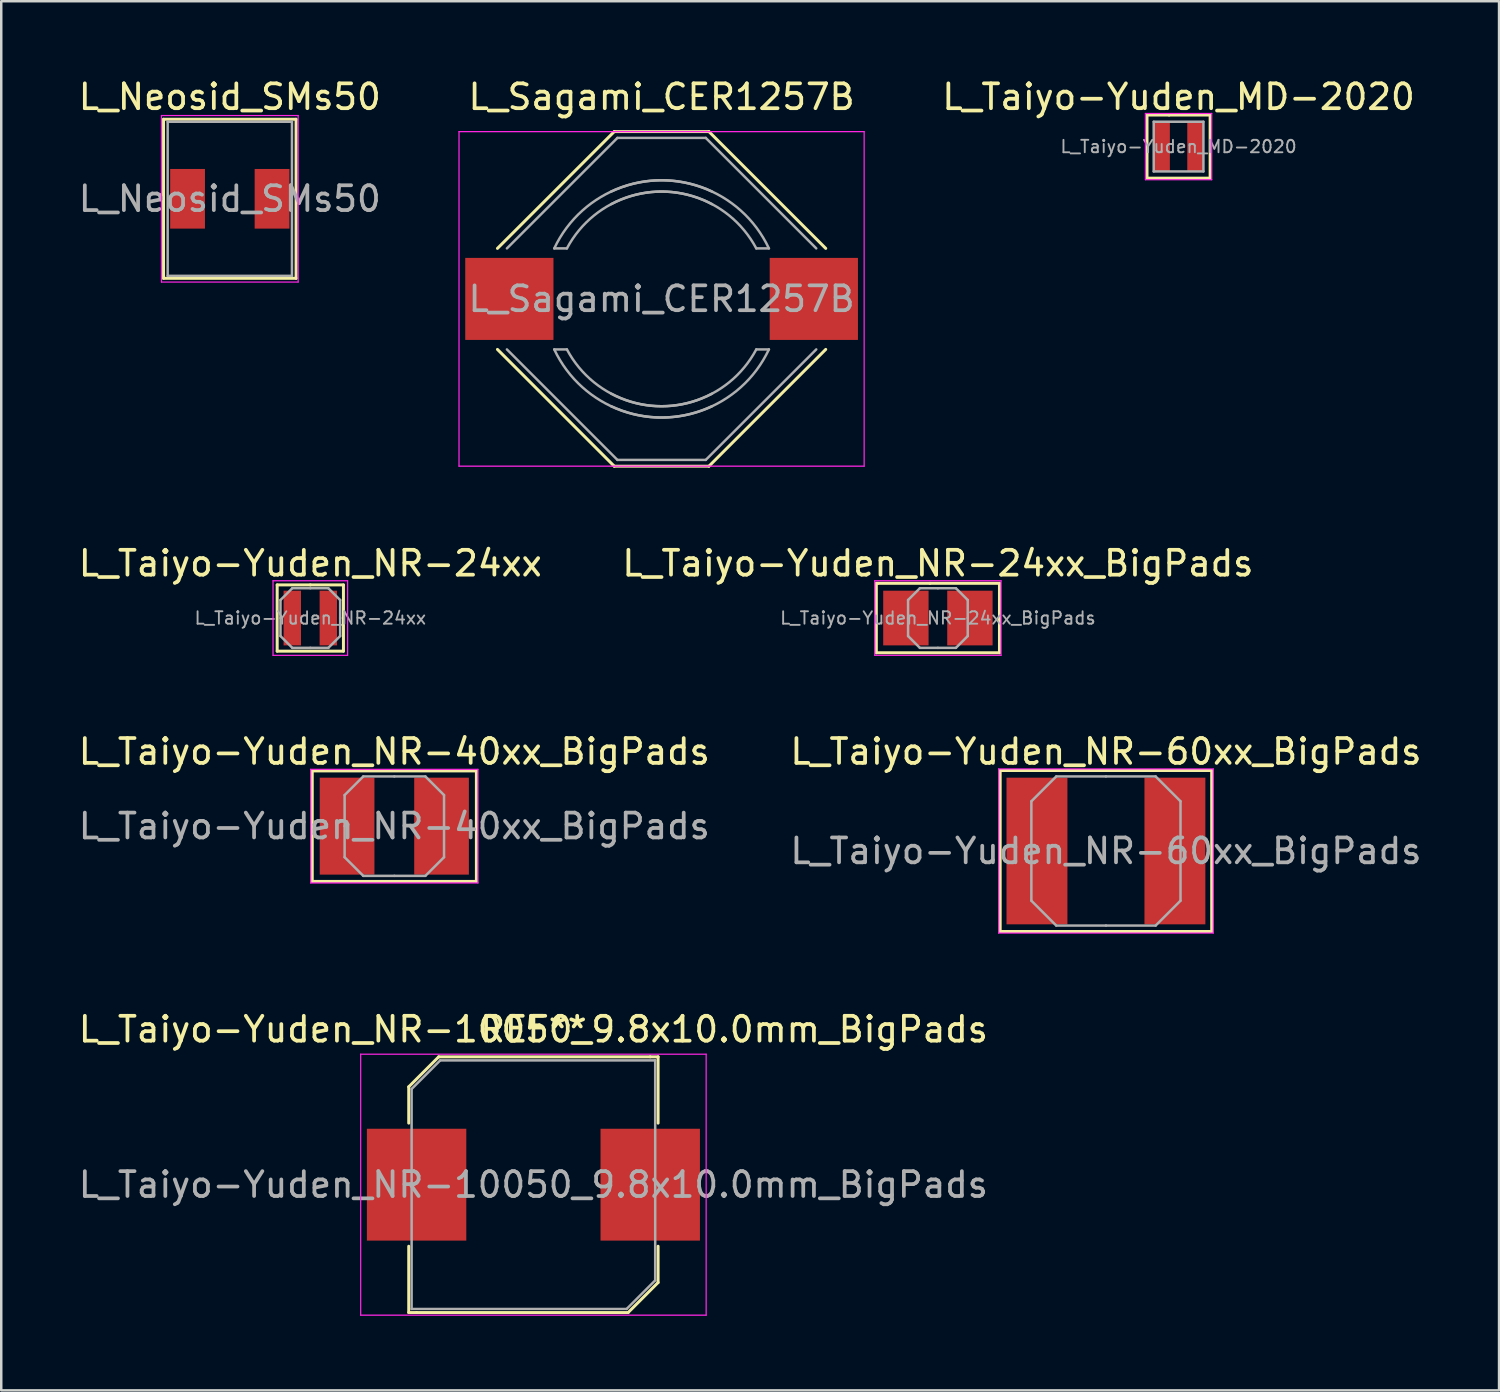
<source format=kicad_pcb>
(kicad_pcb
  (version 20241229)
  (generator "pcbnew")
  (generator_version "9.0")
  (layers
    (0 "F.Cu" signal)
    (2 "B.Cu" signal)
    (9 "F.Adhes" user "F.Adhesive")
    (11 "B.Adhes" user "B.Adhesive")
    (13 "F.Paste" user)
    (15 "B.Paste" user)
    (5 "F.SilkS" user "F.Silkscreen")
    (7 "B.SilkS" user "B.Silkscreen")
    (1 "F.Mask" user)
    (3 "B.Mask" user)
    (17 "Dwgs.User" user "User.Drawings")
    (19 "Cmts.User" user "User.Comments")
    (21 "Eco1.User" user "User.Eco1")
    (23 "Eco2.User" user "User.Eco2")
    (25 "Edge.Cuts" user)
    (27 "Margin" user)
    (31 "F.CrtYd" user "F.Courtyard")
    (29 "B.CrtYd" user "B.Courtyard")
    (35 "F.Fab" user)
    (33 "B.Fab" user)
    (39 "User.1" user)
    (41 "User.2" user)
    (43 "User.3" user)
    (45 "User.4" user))
  (footprint "L_Taiyo-Yuden_NR-40xx_BigPads"
    (layer "F.Cu")
    (at 12.815 30.189)
    (property "Reference" "L_Taiyo-Yuden_NR-40xx_BigPads" (at 0 -3 0) (layer "F.SilkS") (effects (font (size 1 1) (thickness 0.15))))
    (attr smd)
    (fp_line (start -3.302 -2.223) (end 3.302 -2.223) (stroke (width 0.12) (type solid)) (layer "F.SilkS"))
    (fp_line (start -3.302 2.223) (end -3.302 -2.223) (stroke (width 0.12) (type solid)) (layer "F.SilkS"))
    (fp_line (start 3.302 -2.223) (end 3.302 2.223) (stroke (width 0.12) (type solid)) (layer "F.SilkS"))
    (fp_line (start 3.302 2.223) (end -3.302 2.223) (stroke (width 0.12) (type solid)) (layer "F.SilkS"))
    (fp_line (start -3.365 -2.286) (end -3.365 2.286) (stroke (width 0.05) (type solid)) (layer "F.CrtYd"))
    (fp_line (start -3.365 2.286) (end 3.365 2.286) (stroke (width 0.05) (type solid)) (layer "F.CrtYd"))
    (fp_line (start 3.365 -2.286) (end -3.365 -2.286) (stroke (width 0.05) (type solid)) (layer "F.CrtYd"))
    (fp_line (start 3.365 2.286) (end 3.365 -2.286) (stroke (width 0.05) (type solid)) (layer "F.CrtYd"))
    (fp_line (start -2 -1.25) (end -1.25 -2) (stroke (width 0.1) (type solid)) (layer "F.Fab"))
    (fp_line (start -2 0) (end -2 -1.25) (stroke (width 0.1) (type solid)) (layer "F.Fab"))
    (fp_line (start -2 0) (end -2 1.25) (stroke (width 0.1) (type solid)) (layer "F.Fab"))
    (fp_line (start -2 1.25) (end -1.25 2) (stroke (width 0.1) (type solid)) (layer "F.Fab"))
    (fp_line (start -1.25 -2) (end 0 -2) (stroke (width 0.1) (type solid)) (layer "F.Fab"))
    (fp_line (start -1.25 2) (end 0 2) (stroke (width 0.1) (type solid)) (layer "F.Fab"))
    (fp_line (start 1.25 -2) (end 0 -2) (stroke (width 0.1) (type solid)) (layer "F.Fab"))
    (fp_line (start 1.25 2) (end 0 2) (stroke (width 0.1) (type solid)) (layer "F.Fab"))
    (fp_line (start 2 -1.25) (end 1.25 -2) (stroke (width 0.1) (type solid)) (layer "F.Fab"))
    (fp_line (start 2 0) (end 2 -1.25) (stroke (width 0.1) (type solid)) (layer "F.Fab"))
    (fp_line (start 2 0) (end 2 1.25) (stroke (width 0.1) (type solid)) (layer "F.Fab"))
    (fp_line (start 2 1.25) (end 1.25 2) (stroke (width 0.1) (type solid)) (layer "F.Fab"))
    (fp_text user "${REFERENCE}" (at 0 0 0) (layer "F.Fab") (effects (font (size 1 1) (thickness 0.15))))
    (pad "1" smd rect (at -1.9 0) (size 2.2 3.9) (layers "F.Cu" "F.Mask" "F.Paste"))
    (pad "2" smd rect (at 1.9 0) (size 2.2 3.9) (layers "F.Cu" "F.Mask" "F.Paste")))
  (footprint "L_Taiyo-Yuden_NR-60xx_BigPads"
    (layer "F.Cu")
    (at 41.446 31.189)
    (property "Reference" "L_Taiyo-Yuden_NR-60xx_BigPads" (at 0 -4 0) (layer "F.SilkS") (effects (font (size 1 1) (thickness 0.15))))
    (attr smd)
    (fp_line (start -4.255 -3.239) (end -4.255 3.239) (stroke (width 0.12) (type solid)) (layer "F.SilkS"))
    (fp_line (start -4.255 3.239) (end 4.255 3.239) (stroke (width 0.12) (type solid)) (layer "F.SilkS"))
    (fp_line (start -3.683 -3.239) (end -4.255 -3.239) (stroke (width 0.12) (type solid)) (layer "F.SilkS"))
    (fp_line (start 4.255 -3.239) (end -3.683 -3.239) (stroke (width 0.12) (type solid)) (layer "F.SilkS"))
    (fp_line (start 4.255 3.239) (end 4.255 -3.239) (stroke (width 0.12) (type solid)) (layer "F.SilkS"))
    (fp_line (start -4.318 -3.302) (end -4.318 3.302) (stroke (width 0.05) (type solid)) (layer "F.CrtYd"))
    (fp_line (start -4.318 3.302) (end 4.318 3.302) (stroke (width 0.05) (type solid)) (layer "F.CrtYd"))
    (fp_line (start 4.318 -3.302) (end -4.318 -3.302) (stroke (width 0.05) (type solid)) (layer "F.CrtYd"))
    (fp_line (start 4.318 3.302) (end 4.318 -3.302) (stroke (width 0.05) (type solid)) (layer "F.CrtYd"))
    (fp_line (start -3 -2) (end -2 -3) (stroke (width 0.1) (type solid)) (layer "F.Fab"))
    (fp_line (start -3 0) (end -3 -2) (stroke (width 0.1) (type solid)) (layer "F.Fab"))
    (fp_line (start -3 0) (end -3 2) (stroke (width 0.1) (type solid)) (layer "F.Fab"))
    (fp_line (start -3 2) (end -2 3) (stroke (width 0.1) (type solid)) (layer "F.Fab"))
    (fp_line (start -2 -3) (end 0 -3) (stroke (width 0.1) (type solid)) (layer "F.Fab"))
    (fp_line (start -2 3) (end 0 3) (stroke (width 0.1) (type solid)) (layer "F.Fab"))
    (fp_line (start 2 -3) (end 0 -3) (stroke (width 0.1) (type solid)) (layer "F.Fab"))
    (fp_line (start 2 3) (end 0 3) (stroke (width 0.1) (type solid)) (layer "F.Fab"))
    (fp_line (start 3 -2) (end 2 -3) (stroke (width 0.1) (type solid)) (layer "F.Fab"))
    (fp_line (start 3 0) (end 3 -2) (stroke (width 0.1) (type solid)) (layer "F.Fab"))
    (fp_line (start 3 0) (end 3 2) (stroke (width 0.1) (type solid)) (layer "F.Fab"))
    (fp_line (start 3 2) (end 2 3) (stroke (width 0.1) (type solid)) (layer "F.Fab"))
    (fp_text user "${REFERENCE}" (at 0 0 0) (layer "F.Fab") (effects (font (size 1 1) (thickness 0.15))))
    (pad "1" smd rect (at -2.775 0) (size 2.45 5.9) (layers "F.Cu" "F.Mask" "F.Paste"))
    (pad "2" smd rect (at 2.775 0) (size 2.45 5.9) (layers "F.Cu" "F.Mask" "F.Paste")))
  (footprint "L_Taiyo-Yuden_NR-24xx_BigPads"
    (layer "F.Cu")
    (at 34.685 21.816)
    (property "Reference" "L_Taiyo-Yuden_NR-24xx_BigPads" (at 0 -2.2 0) (layer "F.SilkS") (effects (font (size 1 1) (thickness 0.15))))
    (attr smd)
    (fp_line (start -2.477 -1.397) (end -2.477 1.397) (stroke (width 0.12) (type solid)) (layer "F.SilkS"))
    (fp_line (start -2.477 1.397) (end 2.477 1.397) (stroke (width 0.12) (type solid)) (layer "F.SilkS"))
    (fp_line (start -2.413 -1.397) (end -2.477 -1.397) (stroke (width 0.12) (type solid)) (layer "F.SilkS"))
    (fp_line (start -0.318 -1.397) (end -2.413 -1.397) (stroke (width 0.12) (type solid)) (layer "F.SilkS"))
    (fp_line (start 2.477 -1.397) (end -0.318 -1.397) (stroke (width 0.12) (type solid)) (layer "F.SilkS"))
    (fp_line (start 2.477 1.397) (end 2.477 -1.397) (stroke (width 0.12) (type solid)) (layer "F.SilkS"))
    (fp_line (start -2.54 -1.5) (end -2.54 1.5) (stroke (width 0.05) (type solid)) (layer "F.CrtYd"))
    (fp_line (start -2.54 1.5) (end 2.54 1.5) (stroke (width 0.05) (type solid)) (layer "F.CrtYd"))
    (fp_line (start 2.54 -1.5) (end -2.54 -1.5) (stroke (width 0.05) (type solid)) (layer "F.CrtYd"))
    (fp_line (start 2.54 1.5) (end 2.54 -1.5) (stroke (width 0.05) (type solid)) (layer "F.CrtYd"))
    (fp_line (start -1.2 -0.725) (end -0.725 -1.2) (stroke (width 0.1) (type solid)) (layer "F.Fab"))
    (fp_line (start -1.2 0) (end -1.2 -0.725) (stroke (width 0.1) (type solid)) (layer "F.Fab"))
    (fp_line (start -1.2 0) (end -1.2 0.725) (stroke (width 0.1) (type solid)) (layer "F.Fab"))
    (fp_line (start -1.2 0.725) (end -0.725 1.2) (stroke (width 0.1) (type solid)) (layer "F.Fab"))
    (fp_line (start -0.725 -1.2) (end 0 -1.2) (stroke (width 0.1) (type solid)) (layer "F.Fab"))
    (fp_line (start -0.725 1.2) (end 0 1.2) (stroke (width 0.1) (type solid)) (layer "F.Fab"))
    (fp_line (start 0.725 -1.2) (end 0 -1.2) (stroke (width 0.1) (type solid)) (layer "F.Fab"))
    (fp_line (start 0.725 1.2) (end 0 1.2) (stroke (width 0.1) (type solid)) (layer "F.Fab"))
    (fp_line (start 1.2 -0.725) (end 0.725 -1.2) (stroke (width 0.1) (type solid)) (layer "F.Fab"))
    (fp_line (start 1.2 0) (end 1.2 -0.725) (stroke (width 0.1) (type solid)) (layer "F.Fab"))
    (fp_line (start 1.2 0) (end 1.2 0.725) (stroke (width 0.1) (type solid)) (layer "F.Fab"))
    (fp_line (start 1.2 0.725) (end 0.725 1.2) (stroke (width 0.1) (type solid)) (layer "F.Fab"))
    (fp_text user "${REFERENCE}" (at 0 0 0) (layer "F.Fab") (effects (font (size 0.5 0.5) (thickness 0.075))))
    (pad "1" smd rect (at -1.288 0) (size 1.825 2.2) (layers "F.Cu" "F.Mask" "F.Paste"))
    (pad "2" smd rect (at 1.288 0) (size 1.825 2.2) (layers "F.Cu" "F.Mask" "F.Paste")))
  (footprint "L_Taiyo-Yuden_NR-24xx"
    (layer "F.Cu")
    (at 9.435 21.816)
    (property "Reference" "L_Taiyo-Yuden_NR-24xx" (at 0 -2.2 0) (layer "F.SilkS") (effects (font (size 1 1) (thickness 0.15))))
    (attr smd)
    (fp_line (start -1.333 -1.333) (end -1.333 1.333) (stroke (width 0.12) (type solid)) (layer "F.SilkS"))
    (fp_line (start -1.333 1.333) (end 1.333 1.333) (stroke (width 0.12) (type solid)) (layer "F.SilkS"))
    (fp_line (start 0 -1.333) (end -1.333 -1.333) (stroke (width 0.12) (type solid)) (layer "F.SilkS"))
    (fp_line (start 1.333 -1.333) (end 0 -1.333) (stroke (width 0.12) (type solid)) (layer "F.SilkS"))
    (fp_line (start 1.333 1.333) (end 1.333 -1.333) (stroke (width 0.12) (type solid)) (layer "F.SilkS"))
    (fp_line (start -1.5 -1.5) (end -1.5 1.5) (stroke (width 0.05) (type solid)) (layer "F.CrtYd"))
    (fp_line (start -1.5 1.5) (end 1.5 1.5) (stroke (width 0.05) (type solid)) (layer "F.CrtYd"))
    (fp_line (start 1.5 -1.5) (end -1.5 -1.5) (stroke (width 0.05) (type solid)) (layer "F.CrtYd"))
    (fp_line (start 1.5 1.5) (end 1.5 -1.5) (stroke (width 0.05) (type solid)) (layer "F.CrtYd"))
    (fp_line (start -1.2 -0.725) (end -0.725 -1.2) (stroke (width 0.1) (type solid)) (layer "F.Fab"))
    (fp_line (start -1.2 0) (end -1.2 -0.725) (stroke (width 0.1) (type solid)) (layer "F.Fab"))
    (fp_line (start -1.2 0) (end -1.2 0.725) (stroke (width 0.1) (type solid)) (layer "F.Fab"))
    (fp_line (start -1.2 0.725) (end -0.725 1.2) (stroke (width 0.1) (type solid)) (layer "F.Fab"))
    (fp_line (start -0.725 -1.2) (end 0 -1.2) (stroke (width 0.1) (type solid)) (layer "F.Fab"))
    (fp_line (start -0.725 1.2) (end 0 1.2) (stroke (width 0.1) (type solid)) (layer "F.Fab"))
    (fp_line (start 0.725 -1.2) (end 0 -1.2) (stroke (width 0.1) (type solid)) (layer "F.Fab"))
    (fp_line (start 0.725 1.2) (end 0 1.2) (stroke (width 0.1) (type solid)) (layer "F.Fab"))
    (fp_line (start 1.2 -0.725) (end 0.725 -1.2) (stroke (width 0.1) (type solid)) (layer "F.Fab"))
    (fp_line (start 1.2 0) (end 1.2 -0.725) (stroke (width 0.1) (type solid)) (layer "F.Fab"))
    (fp_line (start 1.2 0) (end 1.2 0.725) (stroke (width 0.1) (type solid)) (layer "F.Fab"))
    (fp_line (start 1.2 0.725) (end 0.725 1.2) (stroke (width 0.1) (type solid)) (layer "F.Fab"))
    (fp_text user "${REFERENCE}" (at 0 0 0) (layer "F.Fab") (effects (font (size 0.5 0.5) (thickness 0.075))))
    (pad "1" smd rect (at -0.725 0) (size 0.7 2.2) (layers "F.Cu" "F.Mask" "F.Paste"))
    (pad "2" smd rect (at 0.725 0) (size 0.7 2.2) (layers "F.Cu" "F.Mask" "F.Paste")))
  (footprint "L_Neosid_SMs50"
    (layer "F.Cu")
    (at 6.196 4.948)
    (property "Reference" "L_Neosid_SMs50" (at 0 -4.1 0) (layer "F.SilkS") (effects (font (size 1 1) (thickness 0.15))))
    (attr smd)
    (fp_line (start -2.667 -3.2) (end -2.667 3.2) (stroke (width 0.12) (type solid)) (layer "F.SilkS"))
    (fp_line (start -2.667 -3.2) (end 2.667 -3.2) (stroke (width 0.12) (type solid)) (layer "F.SilkS"))
    (fp_line (start 2.667 3.2) (end -2.667 3.2) (stroke (width 0.12) (type solid)) (layer "F.SilkS"))
    (fp_line (start 2.667 3.2) (end 2.667 -3.2) (stroke (width 0.12) (type solid)) (layer "F.SilkS"))
    (fp_line (start -2.75 -3.35) (end -2.75 3.35) (stroke (width 0.05) (type solid)) (layer "F.CrtYd"))
    (fp_line (start -2.75 -3.35) (end 2.75 -3.35) (stroke (width 0.05) (type solid)) (layer "F.CrtYd"))
    (fp_line (start 2.75 3.35) (end -2.75 3.35) (stroke (width 0.05) (type solid)) (layer "F.CrtYd"))
    (fp_line (start 2.75 3.35) (end 2.75 -3.35) (stroke (width 0.05) (type solid)) (layer "F.CrtYd"))
    (fp_line (start -2.5 -3.1) (end 2.5 -3.1) (stroke (width 0.1) (type solid)) (layer "F.Fab"))
    (fp_line (start -2.5 3.1) (end -2.5 -3.1) (stroke (width 0.1) (type solid)) (layer "F.Fab"))
    (fp_line (start 2.5 -3.1) (end 2.5 3.1) (stroke (width 0.1) (type solid)) (layer "F.Fab"))
    (fp_line (start 2.5 3.1) (end -2.5 3.1) (stroke (width 0.1) (type solid)) (layer "F.Fab"))
    (fp_text user "${REFERENCE}" (at 0 0 0) (layer "F.Fab") (effects (font (size 1 1) (thickness 0.15))))
    (pad "1" smd rect (at -1.7 0) (size 1.4 2.4) (layers "F.Cu" "F.Mask" "F.Paste"))
    (pad "2" smd rect (at 1.7 0) (size 1.4 2.4) (layers "F.Cu" "F.Mask" "F.Paste")))
  (footprint "L_Taiyo-Yuden_NR-10050_9.8x10.0mm_BigPads"
    (layer "F.Cu")
    (at 18.411 44.614)
    (property "Reference" "L_Taiyo-Yuden_NR-10050_9.8x10.0mm_BigPads" (at 0 -6.25 0) (layer "F.SilkS") (effects (font (size 1 1) (thickness 0.15))))
    (attr smd)
    (fp_line (start -5.016 -3.937) (end -5.016 -2.477) (stroke (width 0.12) (type solid)) (layer "F.SilkS"))
    (fp_line (start -5.016 5.144) (end -5.016 2.477) (stroke (width 0.12) (type solid)) (layer "F.SilkS"))
    (fp_line (start -4.699 5.144) (end -5.016 5.144) (stroke (width 0.12) (type solid)) (layer "F.SilkS"))
    (fp_line (start -4.699 5.144) (end 3.81 5.144) (stroke (width 0.12) (type solid)) (layer "F.SilkS"))
    (fp_line (start -3.81 -5.144) (end -5.016 -3.937) (stroke (width 0.12) (type solid)) (layer "F.SilkS"))
    (fp_line (start 3.81 5.144) (end 5.016 3.937) (stroke (width 0.12) (type solid)) (layer "F.SilkS"))
    (fp_line (start 4.699 -5.144) (end -3.81 -5.144) (stroke (width 0.12) (type solid)) (layer "F.SilkS"))
    (fp_line (start 4.699 -5.144) (end 5.016 -5.144) (stroke (width 0.12) (type solid)) (layer "F.SilkS"))
    (fp_line (start 5.016 -5.144) (end 5.016 -2.477) (stroke (width 0.12) (type solid)) (layer "F.SilkS"))
    (fp_line (start 5.016 3.937) (end 5.016 2.477) (stroke (width 0.12) (type solid)) (layer "F.SilkS"))
    (fp_line (start -6.95 -5.25) (end -6.95 5.25) (stroke (width 0.05) (type solid)) (layer "F.CrtYd"))
    (fp_line (start -6.95 5.25) (end 6.95 5.25) (stroke (width 0.05) (type solid)) (layer "F.CrtYd"))
    (fp_line (start 6.95 -5.25) (end -6.95 -5.25) (stroke (width 0.05) (type solid)) (layer "F.CrtYd"))
    (fp_line (start 6.95 5.25) (end 6.95 -5.25) (stroke (width 0.05) (type solid)) (layer "F.CrtYd"))
    (fp_line (start -4.9 -3.85) (end -4.9 5) (stroke (width 0.1) (type solid)) (layer "F.Fab"))
    (fp_line (start -4.9 -3.85) (end -3.75 -5) (stroke (width 0.1) (type solid)) (layer "F.Fab"))
    (fp_line (start -4.9 5) (end 3.75 5) (stroke (width 0.1) (type solid)) (layer "F.Fab"))
    (fp_line (start 3.75 5) (end 4.9 3.85) (stroke (width 0.1) (type solid)) (layer "F.Fab"))
    (fp_line (start 4.9 -5) (end -3.75 -5) (stroke (width 0.1) (type solid)) (layer "F.Fab"))
    (fp_line (start 4.9 3.85) (end 4.9 -5) (stroke (width 0.1) (type solid)) (layer "F.Fab"))
    (fp_text user "REF**" (at 0 -6.25 0) (layer "F.SilkS") (effects (font (size 1 1) (thickness 0.15))))
    (fp_text user "${REFERENCE}" (at 0 0 0) (layer "F.Fab") (effects (font (size 1 1) (thickness 0.15))))
    (pad "1" smd rect (at -4.7 0) (size 4 4.5) (layers "F.Cu" "F.Mask" "F.Paste"))
    (pad "2" smd rect (at 4.7 0) (size 4 4.5) (layers "F.Cu" "F.Mask" "F.Paste")))
  (footprint "L_Sagami_CER1257B"
    (layer "F.Cu")
    (at 23.568 8.976)
    (property "Reference" "L_Sagami_CER1257B" (at 0 -8.128 0) (layer "F.SilkS") (effects (font (size 1 1) (thickness 0.15))))
    (attr smd)
    (fp_line (start -6.604 -2.032) (end -1.905 -6.731) (stroke (width 0.12) (type solid)) (layer "F.SilkS"))
    (fp_line (start -6.604 2.032) (end -1.905 6.731) (stroke (width 0.12) (type solid)) (layer "F.SilkS"))
    (fp_line (start -1.905 -6.731) (end 1.905 -6.731) (stroke (width 0.12) (type solid)) (layer "F.SilkS"))
    (fp_line (start -1.905 6.731) (end 1.905 6.731) (stroke (width 0.12) (type solid)) (layer "F.SilkS"))
    (fp_line (start 1.905 -6.731) (end 6.604 -2.032) (stroke (width 0.12) (type solid)) (layer "F.SilkS"))
    (fp_line (start 1.905 6.731) (end 6.604 2.032) (stroke (width 0.12) (type solid)) (layer "F.SilkS"))
    (fp_line (start -8.15 -6.73) (end -8.15 6.73) (stroke (width 0.05) (type solid)) (layer "F.CrtYd"))
    (fp_line (start -8.15 -6.73) (end 8.15 -6.73) (stroke (width 0.05) (type solid)) (layer "F.CrtYd"))
    (fp_line (start -8.15 6.73) (end 8.15 6.73) (stroke (width 0.05) (type solid)) (layer "F.CrtYd"))
    (fp_line (start 8.15 -6.73) (end 8.15 6.73) (stroke (width 0.05) (type solid)) (layer "F.CrtYd"))
    (fp_line (start -6.223 -2.032) (end -1.778 -6.477) (stroke (width 0.1) (type solid)) (layer "F.Fab"))
    (fp_line (start -6.223 2.032) (end -1.778 6.477) (stroke (width 0.1) (type solid)) (layer "F.Fab"))
    (fp_line (start -3.81 -2.032) (end -4.318 -2.032) (stroke (width 0.1) (type solid)) (layer "F.Fab"))
    (fp_line (start -3.81 2.032) (end -4.318 2.032) (stroke (width 0.1) (type solid)) (layer "F.Fab"))
    (fp_line (start -1.778 6.477) (end 1.778 6.477) (stroke (width 0.1) (type solid)) (layer "F.Fab"))
    (fp_line (start 1.778 -6.477) (end -1.778 -6.477) (stroke (width 0.1) (type solid)) (layer "F.Fab"))
    (fp_line (start 1.778 6.477) (end 6.223 2.032) (stroke (width 0.1) (type solid)) (layer "F.Fab"))
    (fp_line (start 3.81 -2.032) (end 4.318 -2.032) (stroke (width 0.1) (type solid)) (layer "F.Fab"))
    (fp_line (start 3.81 2.032) (end 4.318 2.032) (stroke (width 0.1) (type solid)) (layer "F.Fab"))
    (fp_line (start 6.223 -2.032) (end 1.778 -6.477) (stroke (width 0.1) (type solid)) (layer "F.Fab"))
    (fp_arc (start -4.318 -2.032) (mid -1.616446 -4.490128) (end 2.032 -4.318) (stroke (width 0.1) (type solid)) (layer "F.Fab"))
    (fp_arc (start -3.81 -2.032) (mid -1.257236 -4.130918) (end 2.032 -3.81) (stroke (width 0.1) (type solid)) (layer "F.Fab"))
    (fp_arc (start -2.032 -4.318) (mid 1.616446 -4.490128) (end 4.318 -2.032) (stroke (width 0.1) (type solid)) (layer "F.Fab"))
    (fp_arc (start -2.032 -3.81) (mid 1.257236 -4.130918) (end 3.81 -2.032) (stroke (width 0.1) (type solid)) (layer "F.Fab"))
    (fp_arc (start 2.032 3.81) (mid -1.257236 4.130918) (end -3.81 2.032) (stroke (width 0.1) (type solid)) (layer "F.Fab"))
    (fp_arc (start 2.032 4.318) (mid -1.616446 4.490128) (end -4.318 2.032) (stroke (width 0.1) (type solid)) (layer "F.Fab"))
    (fp_arc (start 3.81 2.032) (mid 1.257236 4.130918) (end -2.032 3.81) (stroke (width 0.1) (type solid)) (layer "F.Fab"))
    (fp_arc (start 4.318 2.032) (mid 1.616446 4.490128) (end -2.032 4.318) (stroke (width 0.1) (type solid)) (layer "F.Fab"))
    (fp_text user "${REFERENCE}" (at 0 0 0) (layer "F.Fab") (effects (font (size 1 1) (thickness 0.15))))
    (pad "1" smd rect (at -6.125 0) (size 3.55 3.3) (layers "F.Cu" "F.Mask" "F.Paste"))
    (pad "2" smd rect (at 6.125 0) (size 3.55 3.3) (layers "F.Cu" "F.Mask" "F.Paste")))
  (footprint "L_Taiyo-Yuden_MD-2020"
    (layer "F.Cu")
    (at 44.368 2.848)
    (property "Reference" "L_Taiyo-Yuden_MD-2020" (at 0 -2 0) (layer "F.SilkS") (effects (font (size 1 1) (thickness 0.15))))
    (attr smd)
    (fp_line (start -1.27 -1.27) (end -1.27 1.27) (stroke (width 0.12) (type solid)) (layer "F.SilkS"))
    (fp_line (start -1.27 1.27) (end 1.27 1.27) (stroke (width 0.12) (type solid)) (layer "F.SilkS"))
    (fp_line (start -0.381 -1.27) (end -1.27 -1.27) (stroke (width 0.12) (type solid)) (layer "F.SilkS"))
    (fp_line (start 1.27 -1.27) (end -0.381 -1.27) (stroke (width 0.12) (type solid)) (layer "F.SilkS"))
    (fp_line (start 1.27 1.27) (end 1.27 -1.27) (stroke (width 0.12) (type solid)) (layer "F.SilkS"))
    (fp_line (start -1.333 -1.333) (end -1.333 1.333) (stroke (width 0.05) (type solid)) (layer "F.CrtYd"))
    (fp_line (start -1.333 1.333) (end 1.333 1.333) (stroke (width 0.05) (type solid)) (layer "F.CrtYd"))
    (fp_line (start 1.333 -1.333) (end -1.333 -1.333) (stroke (width 0.05) (type solid)) (layer "F.CrtYd"))
    (fp_line (start 1.333 1.333) (end 1.333 -1.333) (stroke (width 0.05) (type solid)) (layer "F.CrtYd"))
    (fp_line (start -1 -1) (end -1 1) (stroke (width 0.1) (type solid)) (layer "F.Fab"))
    (fp_line (start -1 1) (end 1 1) (stroke (width 0.1) (type solid)) (layer "F.Fab"))
    (fp_line (start 1 -1) (end -1 -1) (stroke (width 0.1) (type solid)) (layer "F.Fab"))
    (fp_line (start 1 1) (end 1 -1) (stroke (width 0.1) (type solid)) (layer "F.Fab"))
    (fp_text user "${REFERENCE}" (at 0 0 0) (layer "F.Fab") (effects (font (size 0.5 0.5) (thickness 0.075))))
    (pad "1" smd rect (at -0.675 0) (size 0.65 2) (layers "F.Cu" "F.Mask" "F.Paste"))
    (pad "2" smd rect (at 0.675 0) (size 0.65 2) (layers "F.Cu" "F.Mask" "F.Paste")))
  (gr_rect
    (start -3 -3)
    (end 57.262 52.889)
    (stroke (width 0.1) (type default))
    (fill no)
    (layer "Edge.Cuts")))
</source>
